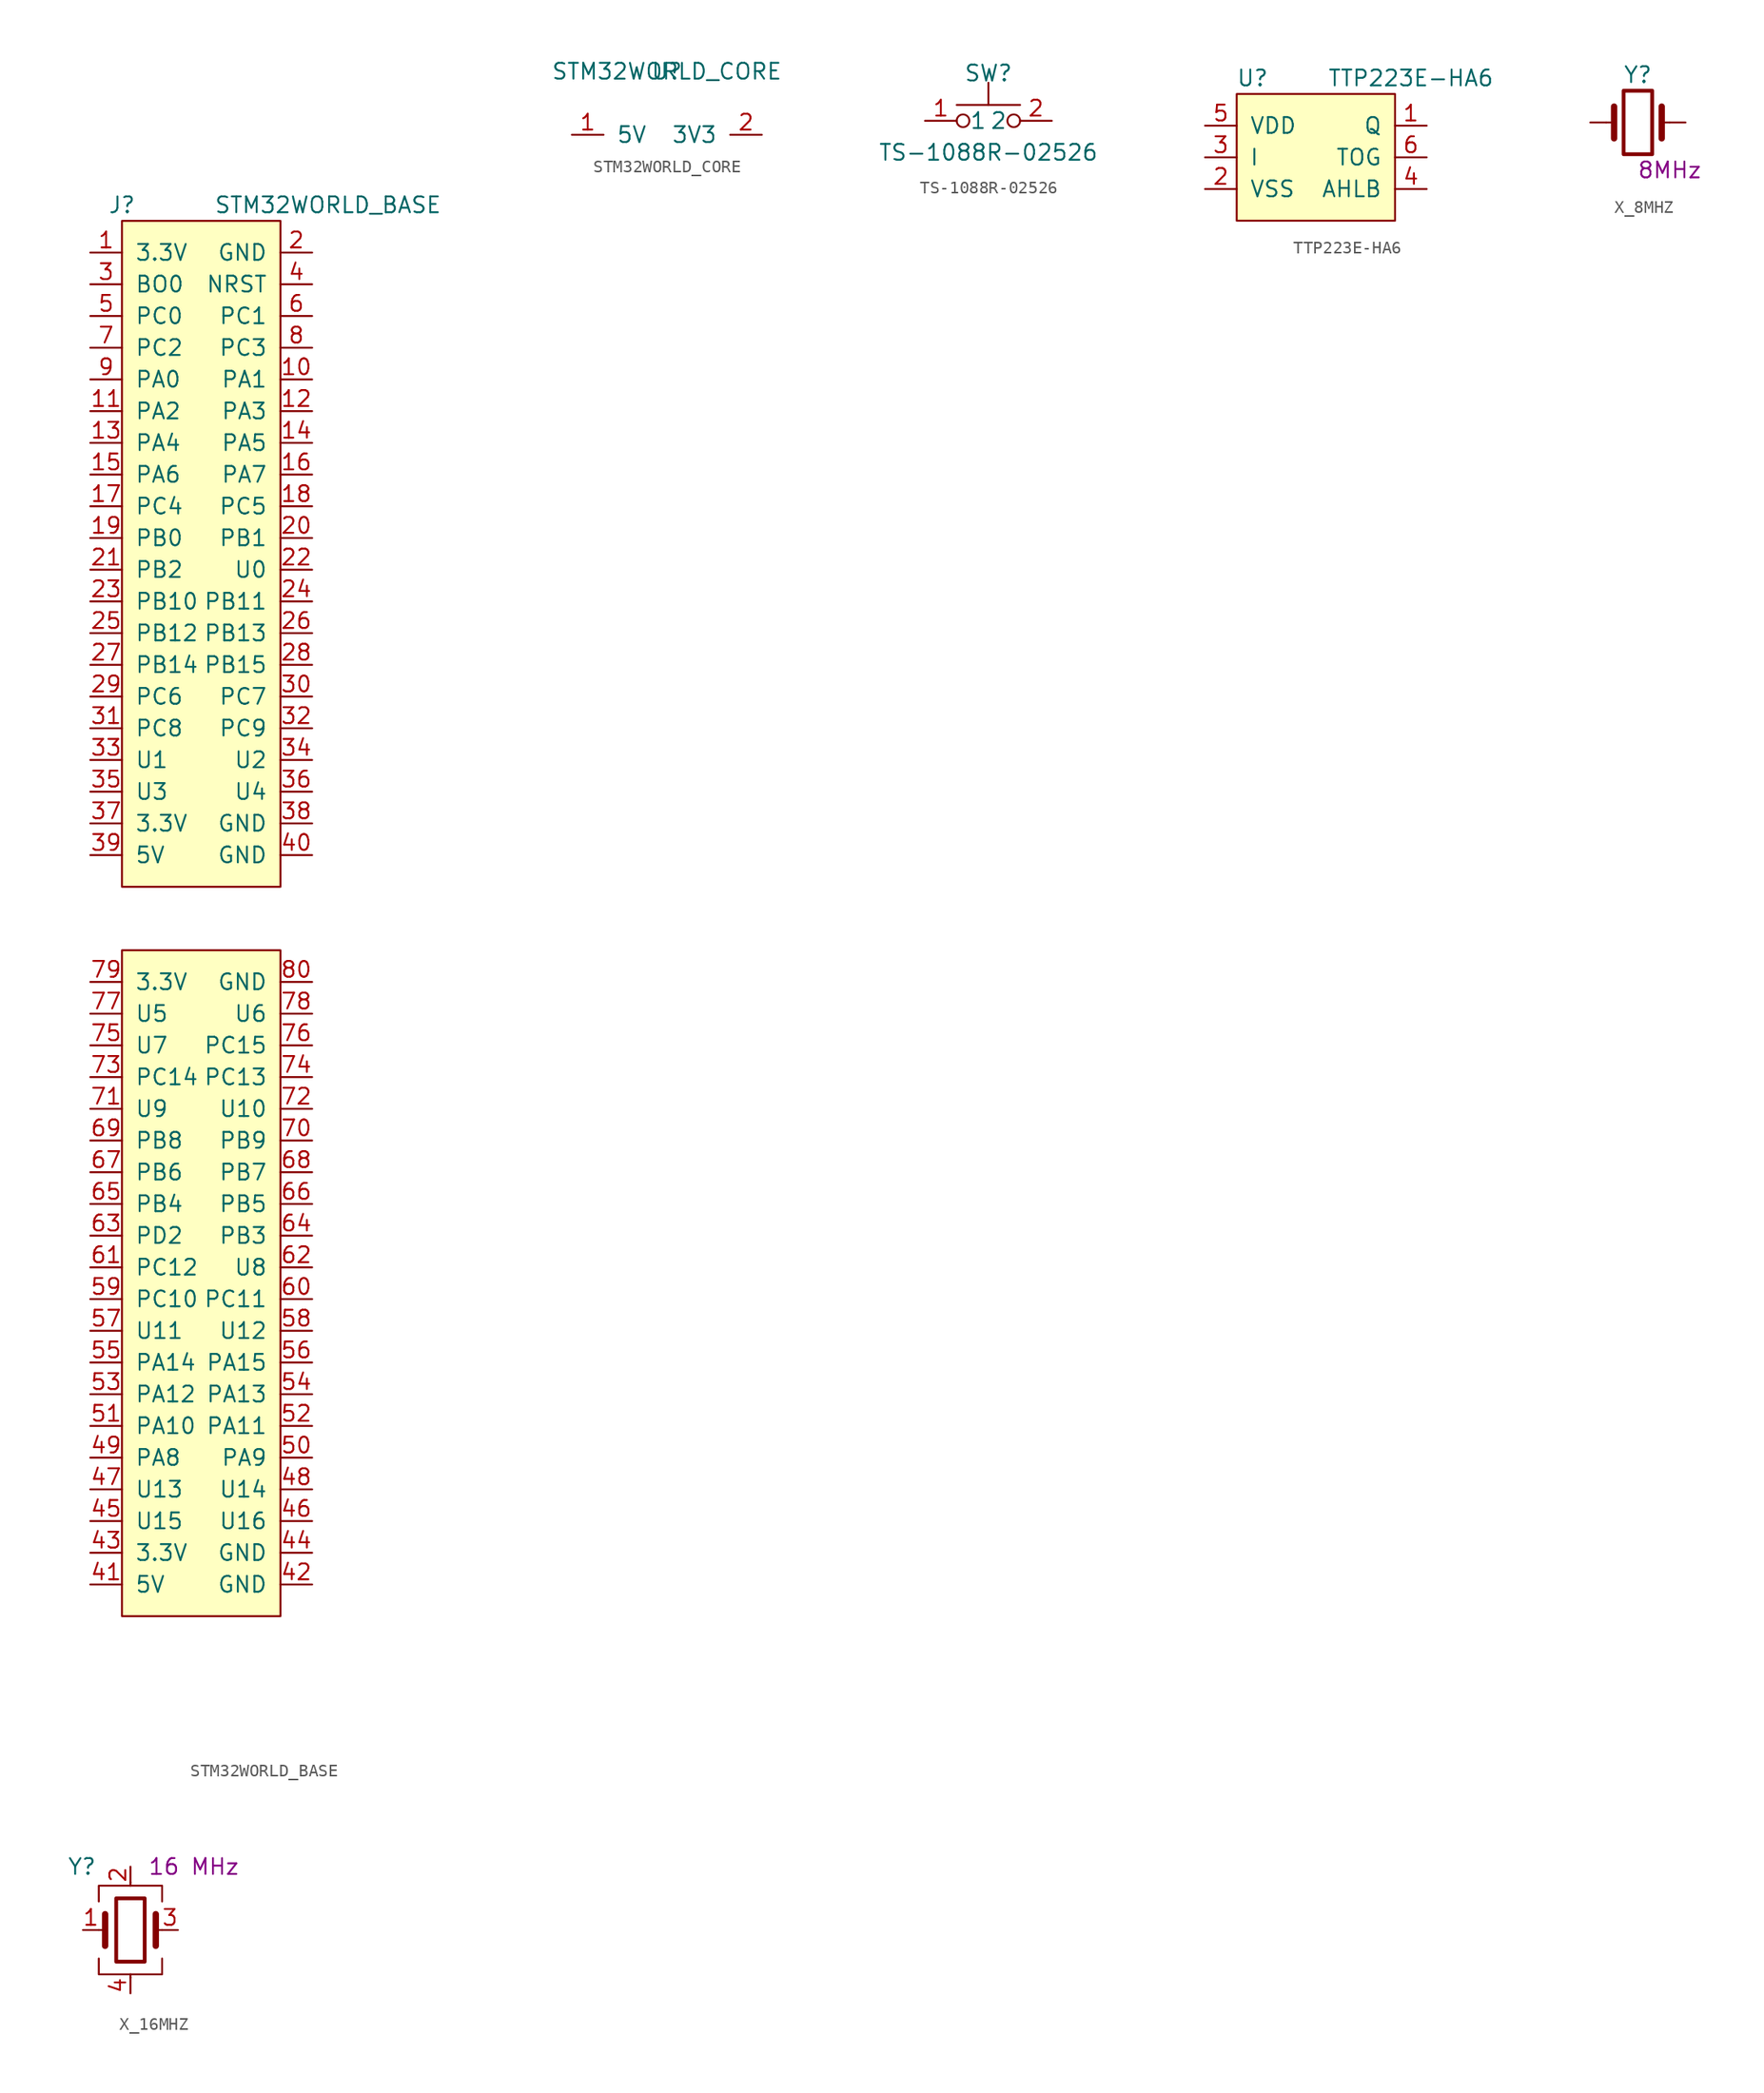
<source format=kicad_sym>
(kicad_symbol_lib
  (version 20211014)
  (generator kicad_symbol_editor)
  (symbol "STM32WORLD_BASE"
    (pin_names
      (offset 1.016))
    (property "Reference" "J"
      (at -6.35 57.15 0)
      (effects (font (size 1.27 1.27))))
    (property "Value" "STM32WORLD_BASE"
      (at 10.16 57.15 0)
      (effects (font (size 1.27 1.27))))
    (symbol "STM32WORLD_BASE_0_1"
      (rectangle (start -6.35 55.88) (end 6.35 2.54) (stroke (width 0) (type default) (color 0 0 0 0)) (fill (type background)))
      (rectangle (start 6.35 -2.54) (end -6.35 -55.88) (stroke (width 0) (type default) (color 0 0 0 0)) (fill (type background))))
    (symbol "STM32WORLD_BASE_1_1"
      (pin passive line (at -8.89 53.34 0) (length 2.54) (name "3.3V" (effects (font (size 1.27 1.27)))) (number "1" (effects (font (size 1.27 1.27)))))
      (pin passive line (at 8.89 43.18 180) (length 2.54) (name "PA1" (effects (font (size 1.27 1.27)))) (number "10" (effects (font (size 1.27 1.27)))))
      (pin passive line (at -8.89 40.64 0) (length 2.54) (name "PA2" (effects (font (size 1.27 1.27)))) (number "11" (effects (font (size 1.27 1.27)))))
      (pin passive line (at 8.89 40.64 180) (length 2.54) (name "PA3" (effects (font (size 1.27 1.27)))) (number "12" (effects (font (size 1.27 1.27)))))
      (pin passive line (at -8.89 38.1 0) (length 2.54) (name "PA4" (effects (font (size 1.27 1.27)))) (number "13" (effects (font (size 1.27 1.27)))))
      (pin passive line (at 8.89 38.1 180) (length 2.54) (name "PA5" (effects (font (size 1.27 1.27)))) (number "14" (effects (font (size 1.27 1.27)))))
      (pin passive line (at -8.89 35.56 0) (length 2.54) (name "PA6" (effects (font (size 1.27 1.27)))) (number "15" (effects (font (size 1.27 1.27)))))
      (pin passive line (at 8.89 35.56 180) (length 2.54) (name "PA7" (effects (font (size 1.27 1.27)))) (number "16" (effects (font (size 1.27 1.27)))))
      (pin passive line (at -8.89 33.02 0) (length 2.54) (name "PC4" (effects (font (size 1.27 1.27)))) (number "17" (effects (font (size 1.27 1.27)))))
      (pin passive line (at 8.89 33.02 180) (length 2.54) (name "PC5" (effects (font (size 1.27 1.27)))) (number "18" (effects (font (size 1.27 1.27)))))
      (pin passive line (at -8.89 30.48 0) (length 2.54) (name "PB0" (effects (font (size 1.27 1.27)))) (number "19" (effects (font (size 1.27 1.27)))))
      (pin passive line (at 8.89 53.34 180) (length 2.54) (name "GND" (effects (font (size 1.27 1.27)))) (number "2" (effects (font (size 1.27 1.27)))))
      (pin passive line (at 8.89 30.48 180) (length 2.54) (name "PB1" (effects (font (size 1.27 1.27)))) (number "20" (effects (font (size 1.27 1.27)))))
      (pin passive line (at -8.89 27.94 0) (length 2.54) (name "PB2" (effects (font (size 1.27 1.27)))) (number "21" (effects (font (size 1.27 1.27)))))
      (pin passive line (at 8.89 27.94 180) (length 2.54) (name "U0" (effects (font (size 1.27 1.27)))) (number "22" (effects (font (size 1.27 1.27)))))
      (pin passive line (at -8.89 25.4 0) (length 2.54) (name "PB10" (effects (font (size 1.27 1.27)))) (number "23" (effects (font (size 1.27 1.27)))))
      (pin passive line (at 8.89 25.4 180) (length 2.54) (name "PB11" (effects (font (size 1.27 1.27)))) (number "24" (effects (font (size 1.27 1.27)))))
      (pin passive line (at -8.89 22.86 0) (length 2.54) (name "PB12" (effects (font (size 1.27 1.27)))) (number "25" (effects (font (size 1.27 1.27)))))
      (pin passive line (at 8.89 22.86 180) (length 2.54) (name "PB13" (effects (font (size 1.27 1.27)))) (number "26" (effects (font (size 1.27 1.27)))))
      (pin passive line (at -8.89 20.32 0) (length 2.54) (name "PB14" (effects (font (size 1.27 1.27)))) (number "27" (effects (font (size 1.27 1.27)))))
      (pin passive line (at 8.89 20.32 180) (length 2.54) (name "PB15" (effects (font (size 1.27 1.27)))) (number "28" (effects (font (size 1.27 1.27)))))
      (pin passive line (at -8.89 17.78 0) (length 2.54) (name "PC6" (effects (font (size 1.27 1.27)))) (number "29" (effects (font (size 1.27 1.27)))))
      (pin passive line (at -8.89 50.8 0) (length 2.54) (name "BO0" (effects (font (size 1.27 1.27)))) (number "3" (effects (font (size 1.27 1.27)))))
      (pin passive line (at 8.89 17.78 180) (length 2.54) (name "PC7" (effects (font (size 1.27 1.27)))) (number "30" (effects (font (size 1.27 1.27)))))
      (pin passive line (at -8.89 15.24 0) (length 2.54) (name "PC8" (effects (font (size 1.27 1.27)))) (number "31" (effects (font (size 1.27 1.27)))))
      (pin passive line (at 8.89 15.24 180) (length 2.54) (name "PC9" (effects (font (size 1.27 1.27)))) (number "32" (effects (font (size 1.27 1.27)))))
      (pin passive line (at -8.89 12.7 0) (length 2.54) (name "U1" (effects (font (size 1.27 1.27)))) (number "33" (effects (font (size 1.27 1.27)))))
      (pin passive line (at 8.89 12.7 180) (length 2.54) (name "U2" (effects (font (size 1.27 1.27)))) (number "34" (effects (font (size 1.27 1.27)))))
      (pin passive line (at -8.89 10.16 0) (length 2.54) (name "U3" (effects (font (size 1.27 1.27)))) (number "35" (effects (font (size 1.27 1.27)))))
      (pin passive line (at 8.89 10.16 180) (length 2.54) (name "U4" (effects (font (size 1.27 1.27)))) (number "36" (effects (font (size 1.27 1.27)))))
      (pin passive line (at -8.89 7.62 0) (length 2.54) (name "3.3V" (effects (font (size 1.27 1.27)))) (number "37" (effects (font (size 1.27 1.27)))))
      (pin passive line (at 8.89 7.62 180) (length 2.54) (name "GND" (effects (font (size 1.27 1.27)))) (number "38" (effects (font (size 1.27 1.27)))))
      (pin passive line (at -8.89 5.08 0) (length 2.54) (name "5V" (effects (font (size 1.27 1.27)))) (number "39" (effects (font (size 1.27 1.27)))))
      (pin passive line (at 8.89 50.8 180) (length 2.54) (name "NRST" (effects (font (size 1.27 1.27)))) (number "4" (effects (font (size 1.27 1.27)))))
      (pin passive line (at 8.89 5.08 180) (length 2.54) (name "GND" (effects (font (size 1.27 1.27)))) (number "40" (effects (font (size 1.27 1.27)))))
      (pin passive line (at -8.89 -53.34 0) (length 2.54) (name "5V" (effects (font (size 1.27 1.27)))) (number "41" (effects (font (size 1.27 1.27)))))
      (pin passive line (at 8.89 -53.34 180) (length 2.54) (name "GND" (effects (font (size 1.27 1.27)))) (number "42" (effects (font (size 1.27 1.27)))))
      (pin passive line (at -8.89 -50.8 0) (length 2.54) (name "3.3V" (effects (font (size 1.27 1.27)))) (number "43" (effects (font (size 1.27 1.27)))))
      (pin passive line (at 8.89 -50.8 180) (length 2.54) (name "GND" (effects (font (size 1.27 1.27)))) (number "44" (effects (font (size 1.27 1.27)))))
      (pin passive line (at -8.89 -48.26 0) (length 2.54) (name "U15" (effects (font (size 1.27 1.27)))) (number "45" (effects (font (size 1.27 1.27)))))
      (pin passive line (at 8.89 -48.26 180) (length 2.54) (name "U16" (effects (font (size 1.27 1.27)))) (number "46" (effects (font (size 1.27 1.27)))))
      (pin passive line (at -8.89 -45.72 0) (length 2.54) (name "U13" (effects (font (size 1.27 1.27)))) (number "47" (effects (font (size 1.27 1.27)))))
      (pin passive line (at 8.89 -45.72 180) (length 2.54) (name "U14" (effects (font (size 1.27 1.27)))) (number "48" (effects (font (size 1.27 1.27)))))
      (pin passive line (at -8.89 -43.18 0) (length 2.54) (name "PA8" (effects (font (size 1.27 1.27)))) (number "49" (effects (font (size 1.27 1.27)))))
      (pin passive line (at -8.89 48.26 0) (length 2.54) (name "PC0" (effects (font (size 1.27 1.27)))) (number "5" (effects (font (size 1.27 1.27)))))
      (pin passive line (at 8.89 -43.18 180) (length 2.54) (name "PA9" (effects (font (size 1.27 1.27)))) (number "50" (effects (font (size 1.27 1.27)))))
      (pin passive line (at -8.89 -40.64 0) (length 2.54) (name "PA10" (effects (font (size 1.27 1.27)))) (number "51" (effects (font (size 1.27 1.27)))))
      (pin passive line (at 8.89 -40.64 180) (length 2.54) (name "PA11" (effects (font (size 1.27 1.27)))) (number "52" (effects (font (size 1.27 1.27)))))
      (pin passive line (at -8.89 -38.1 0) (length 2.54) (name "PA12" (effects (font (size 1.27 1.27)))) (number "53" (effects (font (size 1.27 1.27)))))
      (pin passive line (at 8.89 -38.1 180) (length 2.54) (name "PA13" (effects (font (size 1.27 1.27)))) (number "54" (effects (font (size 1.27 1.27)))))
      (pin passive line (at -8.89 -35.56 0) (length 2.54) (name "PA14" (effects (font (size 1.27 1.27)))) (number "55" (effects (font (size 1.27 1.27)))))
      (pin passive line (at 8.89 -35.56 180) (length 2.54) (name "PA15" (effects (font (size 1.27 1.27)))) (number "56" (effects (font (size 1.27 1.27)))))
      (pin passive line (at -8.89 -33.02 0) (length 2.54) (name "U11" (effects (font (size 1.27 1.27)))) (number "57" (effects (font (size 1.27 1.27)))))
      (pin passive line (at 8.89 -33.02 180) (length 2.54) (name "U12" (effects (font (size 1.27 1.27)))) (number "58" (effects (font (size 1.27 1.27)))))
      (pin passive line (at -8.89 -30.48 0) (length 2.54) (name "PC10" (effects (font (size 1.27 1.27)))) (number "59" (effects (font (size 1.27 1.27)))))
      (pin passive line (at 8.89 48.26 180) (length 2.54) (name "PC1" (effects (font (size 1.27 1.27)))) (number "6" (effects (font (size 1.27 1.27)))))
      (pin passive line (at 8.89 -30.48 180) (length 2.54) (name "PC11" (effects (font (size 1.27 1.27)))) (number "60" (effects (font (size 1.27 1.27)))))
      (pin passive line (at -8.89 -27.94 0) (length 2.54) (name "PC12" (effects (font (size 1.27 1.27)))) (number "61" (effects (font (size 1.27 1.27)))))
      (pin passive line (at 8.89 -27.94 180) (length 2.54) (name "U8" (effects (font (size 1.27 1.27)))) (number "62" (effects (font (size 1.27 1.27)))))
      (pin passive line (at -8.89 -25.4 0) (length 2.54) (name "PD2" (effects (font (size 1.27 1.27)))) (number "63" (effects (font (size 1.27 1.27)))))
      (pin passive line (at 8.89 -25.4 180) (length 2.54) (name "PB3" (effects (font (size 1.27 1.27)))) (number "64" (effects (font (size 1.27 1.27)))))
      (pin passive line (at -8.89 -22.86 0) (length 2.54) (name "PB4" (effects (font (size 1.27 1.27)))) (number "65" (effects (font (size 1.27 1.27)))))
      (pin passive line (at 8.89 -22.86 180) (length 2.54) (name "PB5" (effects (font (size 1.27 1.27)))) (number "66" (effects (font (size 1.27 1.27)))))
      (pin passive line (at -8.89 -20.32 0) (length 2.54) (name "PB6" (effects (font (size 1.27 1.27)))) (number "67" (effects (font (size 1.27 1.27)))))
      (pin passive line (at 8.89 -20.32 180) (length 2.54) (name "PB7" (effects (font (size 1.27 1.27)))) (number "68" (effects (font (size 1.27 1.27)))))
      (pin passive line (at -8.89 -17.78 0) (length 2.54) (name "PB8" (effects (font (size 1.27 1.27)))) (number "69" (effects (font (size 1.27 1.27)))))
      (pin passive line (at -8.89 45.72 0) (length 2.54) (name "PC2" (effects (font (size 1.27 1.27)))) (number "7" (effects (font (size 1.27 1.27)))))
      (pin passive line (at 8.89 -17.78 180) (length 2.54) (name "PB9" (effects (font (size 1.27 1.27)))) (number "70" (effects (font (size 1.27 1.27)))))
      (pin passive line (at -8.89 -15.24 0) (length 2.54) (name "U9" (effects (font (size 1.27 1.27)))) (number "71" (effects (font (size 1.27 1.27)))))
      (pin passive line (at 8.89 -15.24 180) (length 2.54) (name "U10" (effects (font (size 1.27 1.27)))) (number "72" (effects (font (size 1.27 1.27)))))
      (pin passive line (at -8.89 -12.7 0) (length 2.54) (name "PC14" (effects (font (size 1.27 1.27)))) (number "73" (effects (font (size 1.27 1.27)))))
      (pin passive line (at 8.89 -12.7 180) (length 2.54) (name "PC13" (effects (font (size 1.27 1.27)))) (number "74" (effects (font (size 1.27 1.27)))))
      (pin passive line (at -8.89 -10.16 0) (length 2.54) (name "U7" (effects (font (size 1.27 1.27)))) (number "75" (effects (font (size 1.27 1.27)))))
      (pin passive line (at 8.89 -10.16 180) (length 2.54) (name "PC15" (effects (font (size 1.27 1.27)))) (number "76" (effects (font (size 1.27 1.27)))))
      (pin passive line (at -8.89 -7.62 0) (length 2.54) (name "U5" (effects (font (size 1.27 1.27)))) (number "77" (effects (font (size 1.27 1.27)))))
      (pin passive line (at 8.89 -7.62 180) (length 2.54) (name "U6" (effects (font (size 1.27 1.27)))) (number "78" (effects (font (size 1.27 1.27)))))
      (pin passive line (at -8.89 -5.08 0) (length 2.54) (name "3.3V" (effects (font (size 1.27 1.27)))) (number "79" (effects (font (size 1.27 1.27)))))
      (pin passive line (at 8.89 45.72 180) (length 2.54) (name "PC3" (effects (font (size 1.27 1.27)))) (number "8" (effects (font (size 1.27 1.27)))))
      (pin passive line (at 8.89 -5.08 180) (length 2.54) (name "GND" (effects (font (size 1.27 1.27)))) (number "80" (effects (font (size 1.27 1.27)))))
      (pin passive line (at -8.89 43.18 0) (length 2.54) (name "PA0" (effects (font (size 1.27 1.27)))) (number "9" (effects (font (size 1.27 1.27)))))))
  (symbol "STM32WORLD_CORE"
    (pin_names
      (offset 1.016))
    (property "Reference" "U"
      (at 0 0 0)
      (effects (font (size 1.27 1.27))))
    (property "Value" "STM32WORLD_CORE"
      (at 0 0 0)
      (effects (font (size 1.27 1.27))))
    (symbol "STM32WORLD_CORE_1_1"
      (pin passive line (at -7.62 -5.08 0) (length 2.54) (name "5V" (effects (font (size 1.27 1.27)))) (number "1" (effects (font (size 1.27 1.27)))))
      (pin passive line (at 7.62 -5.08 180) (length 2.54) (name "3V3" (effects (font (size 1.27 1.27)))) (number "2" (effects (font (size 1.27 1.27)))))))
  (symbol "TS-1088R-02526"
    (pin_names
      (offset 1.016))
    (property "Reference" "SW"
      (at 0 3.81 0)
      (effects (font (size 1.27 1.27))))
    (property "Value" "TS-1088R-02526"
      (at 0 -2.54 0)
      (effects (font (size 1.27 1.27))))
    (symbol "TS-1088R-02526_1_1"
      (circle (center -2.032 0) (radius 0.508) (stroke (width 0) (type default) (color 0 0 0 0)) (fill (type none)))
      (polyline (pts (xy 0 1.27) (xy 0 3.048)) (stroke (width 0) (type default) (color 0 0 0 0)) (fill (type none)))
      (polyline (pts (xy 2.54 1.27) (xy -2.54 1.27)) (stroke (width 0) (type default) (color 0 0 0 0)) (fill (type none)))
      (circle (center 2.032 0) (radius 0.508) (stroke (width 0) (type default) (color 0 0 0 0)) (fill (type none)))
      (pin passive line (at -5.08 0 0) (length 2.54) (name "1" (effects (font (size 1.27 1.27)))) (number "1" (effects (font (size 1.27 1.27)))))
      (pin passive line (at 5.08 0 180) (length 2.54) (name "2" (effects (font (size 1.27 1.27)))) (number "2" (effects (font (size 1.27 1.27)))))))
  (symbol "TTP223E-HA6"
    (pin_names
      (offset 1.016))
    (property "Reference" "U"
      (at -5.08 6.35 0)
      (effects (font (size 1.27 1.27))))
    (property "Value" "TTP223E-HA6"
      (at 7.62 6.35 0)
      (effects (font (size 1.27 1.27))))
    (symbol "TTP223E-HA6_0_1"
      (rectangle (start -6.35 5.08) (end 6.35 -5.08) (stroke (width 0) (type default) (color 0 0 0 0)) (fill (type background))))
    (symbol "TTP223E-HA6_1_1"
      (pin output line (at 8.89 2.54 180) (length 2.54) (name "Q" (effects (font (size 1.27 1.27)))) (number "1" (effects (font (size 1.27 1.27)))))
      (pin power_in line (at -8.89 -2.54 0) (length 2.54) (name "VSS" (effects (font (size 1.27 1.27)))) (number "2" (effects (font (size 1.27 1.27)))))
      (pin input line (at -8.89 0 0) (length 2.54) (name "I" (effects (font (size 1.27 1.27)))) (number "3" (effects (font (size 1.27 1.27)))))
      (pin input line (at 8.89 -2.54 180) (length 2.54) (name "AHLB" (effects (font (size 1.27 1.27)))) (number "4" (effects (font (size 1.27 1.27)))))
      (pin power_in line (at -8.89 2.54 0) (length 2.54) (name "VDD" (effects (font (size 1.27 1.27)))) (number "5" (effects (font (size 1.27 1.27)))))
      (pin input line (at 8.89 0 180) (length 2.54) (name "TOG" (effects (font (size 1.27 1.27)))) (number "6" (effects (font (size 1.27 1.27)))))))
  (symbol "X_8MHZ"
    (pin_numbers hide)
    (pin_names
      (offset 1.016) hide)
    (property "Reference" "Y"
      (at 0 3.81 0)
      (effects (font (size 1.27 1.27))))
    (property "Display" "8MHz"
      (at 2.54 -3.81 0)
      (effects (font (size 1.27 1.27))))
    (symbol "X_8MHZ_0_1"
      (rectangle (start -1.143 2.54) (end 1.143 -2.54) (stroke (width 0.305) (type default) (color 0 0 0 0)) (fill (type none)))
      (polyline (pts (xy -2.54 0) (xy -1.905 0)) (stroke (width 0) (type default) (color 0 0 0 0)) (fill (type none)))
      (polyline (pts (xy -1.905 -1.27) (xy -1.905 1.27)) (stroke (width 0.508) (type default) (color 0 0 0 0)) (fill (type none)))
      (polyline (pts (xy 1.905 -1.27) (xy 1.905 1.27)) (stroke (width 0.508) (type default) (color 0 0 0 0)) (fill (type none)))
      (polyline (pts (xy 2.54 0) (xy 1.905 0)) (stroke (width 0) (type default) (color 0 0 0 0)) (fill (type none))))
    (symbol "X_8MHZ_1_1"
      (pin passive line (at -3.81 0 0) (length 1.27) (name "1" (effects (font (size 1.27 1.27)))) (number "1" (effects (font (size 1.27 1.27)))))
      (pin passive line (at 3.81 0 180) (length 1.27) (name "2" (effects (font (size 1.27 1.27)))) (number "2" (effects (font (size 1.27 1.27)))))))
  (symbol "X_16MHZ"
    (pin_names
      (offset 1.016) hide)
    (property "Reference" "Y"
      (at -5.08 5.08 0)
      (effects (font (size 1.27 1.27)) (justify left)))
    (property "Display" "16 MHz"
      (at 5.08 5.08 0)
      (effects (font (size 1.27 1.27))))
    (symbol "X_16MHZ_0_1"
      (rectangle (start -1.143 2.54) (end 1.143 -2.54) (stroke (width 0.305) (type default) (color 0 0 0 0)) (fill (type none)))
      (polyline (pts (xy -2.54 0) (xy -2.032 0)) (stroke (width 0) (type default) (color 0 0 0 0)) (fill (type none)))
      (polyline (pts (xy -2.032 -1.27) (xy -2.032 1.27)) (stroke (width 0.508) (type default) (color 0 0 0 0)) (fill (type none)))
      (polyline (pts (xy 0 -3.81) (xy 0 -3.556)) (stroke (width 0) (type default) (color 0 0 0 0)) (fill (type none)))
      (polyline (pts (xy 0 3.556) (xy 0 3.81)) (stroke (width 0) (type default) (color 0 0 0 0)) (fill (type none)))
      (polyline (pts (xy 2.032 -1.27) (xy 2.032 1.27)) (stroke (width 0.508) (type default) (color 0 0 0 0)) (fill (type none)))
      (polyline (pts (xy 2.032 0) (xy 2.54 0)) (stroke (width 0) (type default) (color 0 0 0 0)) (fill (type none)))
      (polyline (pts (xy -2.54 -2.286) (xy -2.54 -3.556) (xy 2.54 -3.556) (xy 2.54 -2.286)) (stroke (width 0) (type default) (color 0 0 0 0)) (fill (type none)))
      (polyline (pts (xy -2.54 2.286) (xy -2.54 3.556) (xy 2.54 3.556) (xy 2.54 2.286)) (stroke (width 0) (type default) (color 0 0 0 0)) (fill (type none))))
    (symbol "X_16MHZ_1_1"
      (pin passive line (at -3.81 0 0) (length 1.27) (name "1" (effects (font (size 1.27 1.27)))) (number "1" (effects (font (size 1.27 1.27)))))
      (pin passive line (at 0 5.08 270) (length 1.27) (name "2" (effects (font (size 1.27 1.27)))) (number "2" (effects (font (size 1.27 1.27)))))
      (pin passive line (at 3.81 0 180) (length 1.27) (name "3" (effects (font (size 1.27 1.27)))) (number "3" (effects (font (size 1.27 1.27)))))
      (pin passive line (at 0 -5.08 90) (length 1.27) (name "4" (effects (font (size 1.27 1.27)))) (number "4" (effects (font (size 1.27 1.27))))))))
</source>
